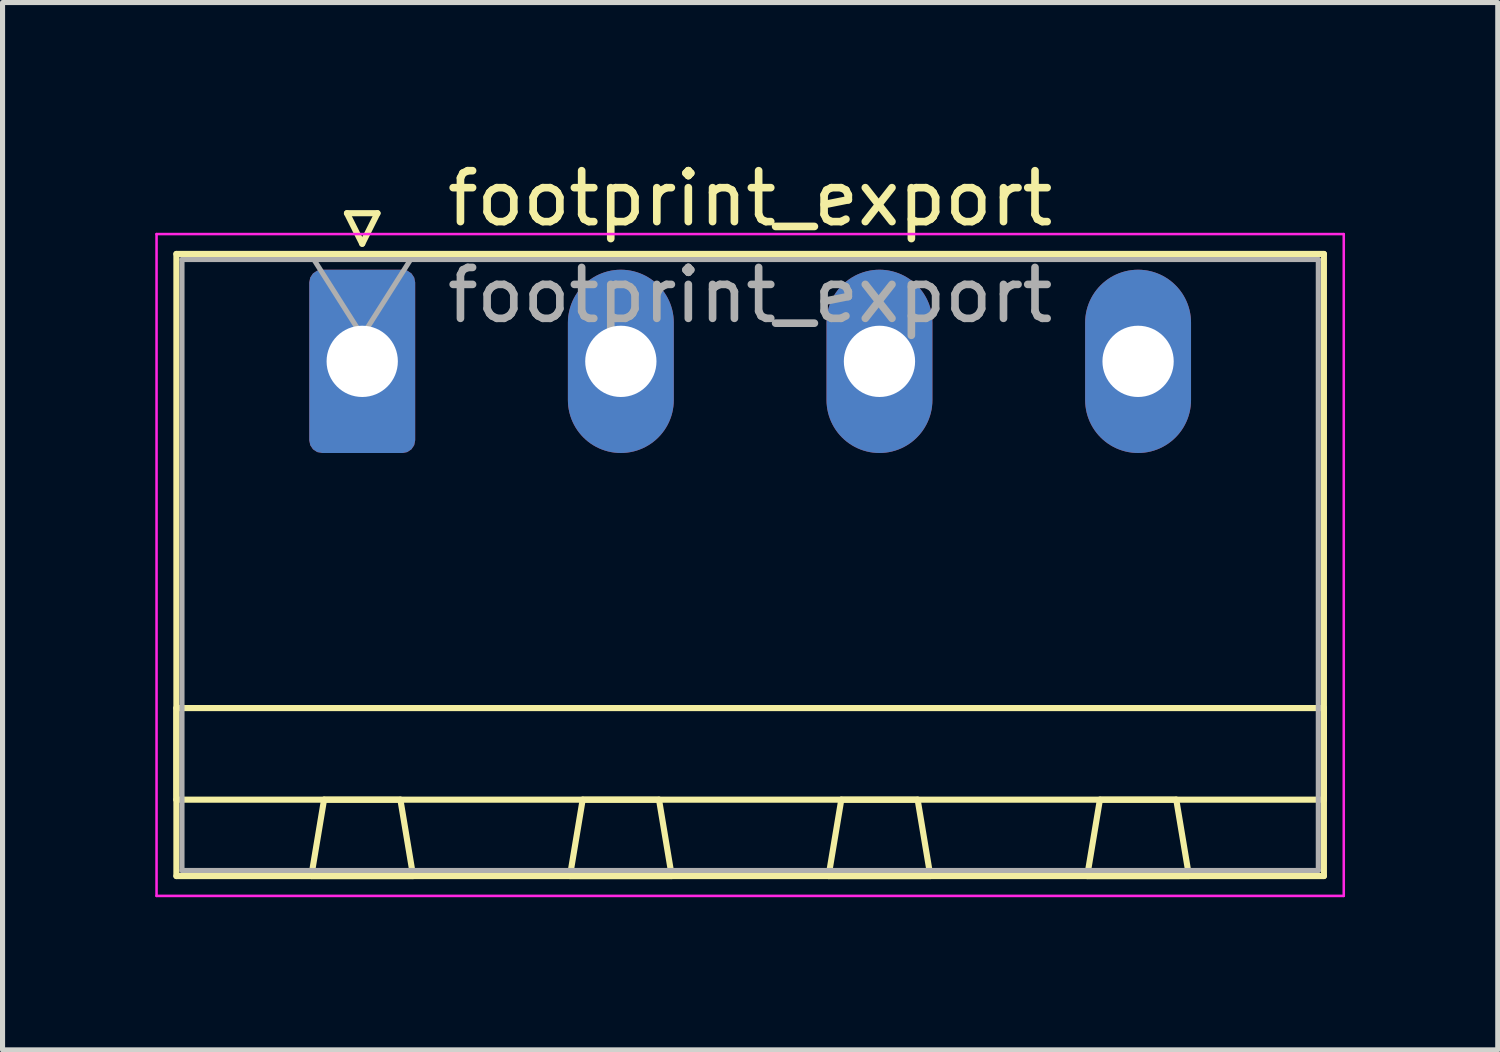
<source format=kicad_pcb>
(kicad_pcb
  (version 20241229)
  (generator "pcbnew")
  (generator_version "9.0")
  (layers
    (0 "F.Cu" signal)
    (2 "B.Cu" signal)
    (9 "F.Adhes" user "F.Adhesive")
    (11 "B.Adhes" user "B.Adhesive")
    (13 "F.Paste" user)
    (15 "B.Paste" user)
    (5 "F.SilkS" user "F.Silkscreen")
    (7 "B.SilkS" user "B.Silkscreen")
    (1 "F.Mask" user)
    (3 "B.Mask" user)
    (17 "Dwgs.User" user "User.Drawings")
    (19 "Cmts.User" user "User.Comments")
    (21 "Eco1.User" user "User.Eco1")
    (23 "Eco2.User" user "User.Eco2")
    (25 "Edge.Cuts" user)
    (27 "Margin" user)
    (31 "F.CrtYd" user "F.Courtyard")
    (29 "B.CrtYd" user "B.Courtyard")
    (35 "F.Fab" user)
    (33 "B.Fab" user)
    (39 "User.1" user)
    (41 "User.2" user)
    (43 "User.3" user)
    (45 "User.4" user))
  (footprint "footprint_export"
    (layer "F.Cu")
    (at 4.065 4.048)
    (property "Reference" "footprint_export" (at 7.62 -3.2 0) (layer "F.SilkS") (effects (font (size 1 1) (thickness 0.15))))
    (attr through_hole)
    (fp_line (start -3.65 -2.11) (end -3.65 10.11) (stroke (width 0.12) (type solid)) (layer "F.SilkS"))
    (fp_line (start -3.65 6.81) (end 18.89 6.81) (stroke (width 0.12) (type solid)) (layer "F.SilkS"))
    (fp_line (start -3.65 8.61) (end -3.65 6.81) (stroke (width 0.12) (type solid)) (layer "F.SilkS"))
    (fp_line (start -3.65 10.11) (end 18.89 10.11) (stroke (width 0.12) (type solid)) (layer "F.SilkS"))
    (fp_line (start -1 10.11) (end 1 10.11) (stroke (width 0.12) (type solid)) (layer "F.SilkS"))
    (fp_line (start -0.75 8.61) (end -1 10.11) (stroke (width 0.12) (type solid)) (layer "F.SilkS"))
    (fp_line (start -0.3 -2.91) (end 0.3 -2.91) (stroke (width 0.12) (type solid)) (layer "F.SilkS"))
    (fp_line (start 0 -2.31) (end -0.3 -2.91) (stroke (width 0.12) (type solid)) (layer "F.SilkS"))
    (fp_line (start 0.3 -2.91) (end 0 -2.31) (stroke (width 0.12) (type solid)) (layer "F.SilkS"))
    (fp_line (start 0.75 8.61) (end -0.75 8.61) (stroke (width 0.12) (type solid)) (layer "F.SilkS"))
    (fp_line (start 1 10.11) (end 0.75 8.61) (stroke (width 0.12) (type solid)) (layer "F.SilkS"))
    (fp_line (start 4.08 10.11) (end 6.08 10.11) (stroke (width 0.12) (type solid)) (layer "F.SilkS"))
    (fp_line (start 4.33 8.61) (end 4.08 10.11) (stroke (width 0.12) (type solid)) (layer "F.SilkS"))
    (fp_line (start 5.83 8.61) (end 4.33 8.61) (stroke (width 0.12) (type solid)) (layer "F.SilkS"))
    (fp_line (start 6.08 10.11) (end 5.83 8.61) (stroke (width 0.12) (type solid)) (layer "F.SilkS"))
    (fp_line (start 9.16 10.11) (end 11.16 10.11) (stroke (width 0.12) (type solid)) (layer "F.SilkS"))
    (fp_line (start 9.41 8.61) (end 9.16 10.11) (stroke (width 0.12) (type solid)) (layer "F.SilkS"))
    (fp_line (start 10.91 8.61) (end 9.41 8.61) (stroke (width 0.12) (type solid)) (layer "F.SilkS"))
    (fp_line (start 11.16 10.11) (end 10.91 8.61) (stroke (width 0.12) (type solid)) (layer "F.SilkS"))
    (fp_line (start 14.24 10.11) (end 16.24 10.11) (stroke (width 0.12) (type solid)) (layer "F.SilkS"))
    (fp_line (start 14.49 8.61) (end 14.24 10.11) (stroke (width 0.12) (type solid)) (layer "F.SilkS"))
    (fp_line (start 15.99 8.61) (end 14.49 8.61) (stroke (width 0.12) (type solid)) (layer "F.SilkS"))
    (fp_line (start 16.24 10.11) (end 15.99 8.61) (stroke (width 0.12) (type solid)) (layer "F.SilkS"))
    (fp_line (start 18.89 -2.11) (end -3.65 -2.11) (stroke (width 0.12) (type solid)) (layer "F.SilkS"))
    (fp_line (start 18.89 6.81) (end 18.89 8.61) (stroke (width 0.12) (type solid)) (layer "F.SilkS"))
    (fp_line (start 18.89 8.61) (end -3.65 8.61) (stroke (width 0.12) (type solid)) (layer "F.SilkS"))
    (fp_line (start 18.89 10.11) (end 18.89 -2.11) (stroke (width 0.12) (type solid)) (layer "F.SilkS"))
    (fp_line (start -4.04 -2.5) (end -4.04 10.5) (stroke (width 0.05) (type solid)) (layer "F.CrtYd"))
    (fp_line (start -4.04 10.5) (end 19.28 10.5) (stroke (width 0.05) (type solid)) (layer "F.CrtYd"))
    (fp_line (start 19.28 -2.5) (end -4.04 -2.5) (stroke (width 0.05) (type solid)) (layer "F.CrtYd"))
    (fp_line (start 19.28 10.5) (end 19.28 -2.5) (stroke (width 0.05) (type solid)) (layer "F.CrtYd"))
    (fp_line (start -3.54 -2) (end -3.54 10) (stroke (width 0.1) (type solid)) (layer "F.Fab"))
    (fp_line (start -3.54 10) (end 18.78 10) (stroke (width 0.1) (type solid)) (layer "F.Fab"))
    (fp_line (start 0 -0.5) (end -0.95 -2) (stroke (width 0.1) (type solid)) (layer "F.Fab"))
    (fp_line (start 0.95 -2) (end 0 -0.5) (stroke (width 0.1) (type solid)) (layer "F.Fab"))
    (fp_line (start 18.78 -2) (end -3.54 -2) (stroke (width 0.1) (type solid)) (layer "F.Fab"))
    (fp_line (start 18.78 10) (end 18.78 -2) (stroke (width 0.1) (type solid)) (layer "F.Fab"))
    (fp_text user "${REFERENCE}" (at 7.62 -1.3 0) (layer "F.Fab") (effects (font (size 1 1) (thickness 0.15))))
    (pad "1" thru_hole roundrect (at 0 0) (size 2.08 3.6) (drill 1.4) (layers "*.Cu" "*.Mask") (roundrect_rratio 0.12))
    (pad "2" thru_hole oval (at 5.08 0) (size 2.08 3.6) (drill 1.4) (layers "*.Cu" "*.Mask"))
    (pad "3" thru_hole oval (at 10.16 0) (size 2.08 3.6) (drill 1.4) (layers "*.Cu" "*.Mask"))
    (pad "4" thru_hole oval (at 15.24 0) (size 2.08 3.6) (drill 1.4) (layers "*.Cu" "*.Mask")))
  (gr_rect
    (start -3 -3)
    (end 26.37 17.573)
    (stroke (width 0.1) (type default))
    (fill no)
    (layer "Edge.Cuts")))
</source>
